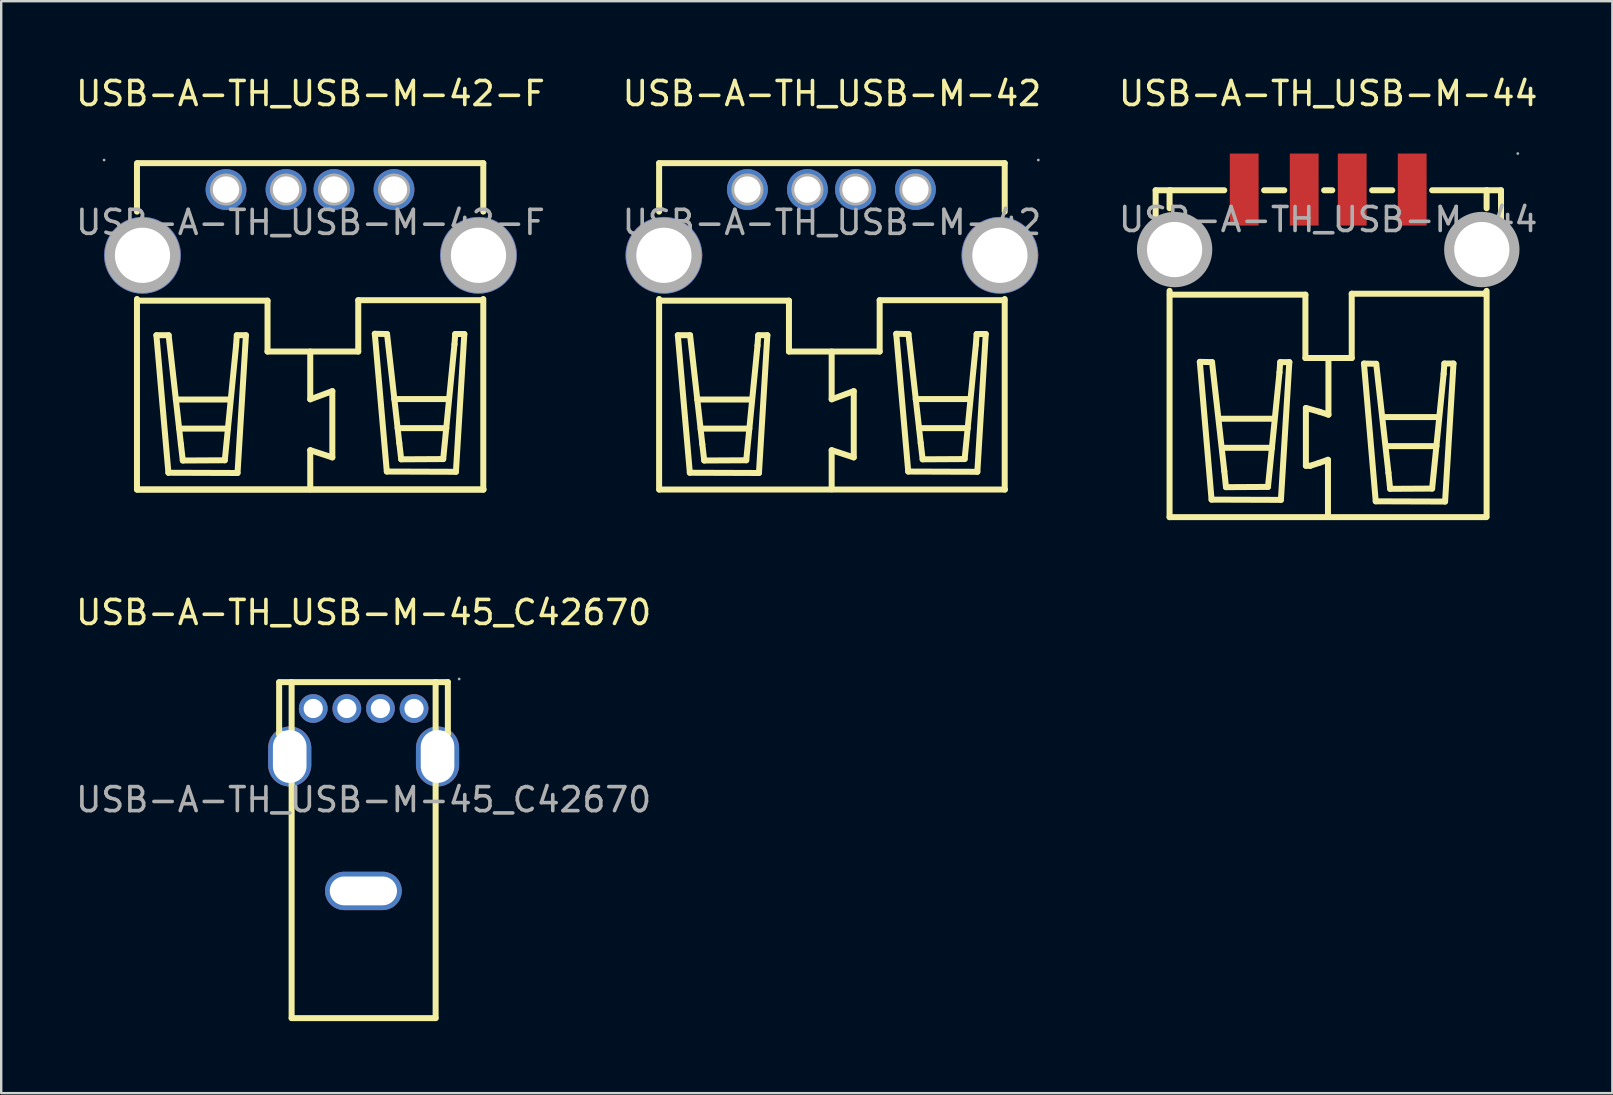
<source format=kicad_pcb>
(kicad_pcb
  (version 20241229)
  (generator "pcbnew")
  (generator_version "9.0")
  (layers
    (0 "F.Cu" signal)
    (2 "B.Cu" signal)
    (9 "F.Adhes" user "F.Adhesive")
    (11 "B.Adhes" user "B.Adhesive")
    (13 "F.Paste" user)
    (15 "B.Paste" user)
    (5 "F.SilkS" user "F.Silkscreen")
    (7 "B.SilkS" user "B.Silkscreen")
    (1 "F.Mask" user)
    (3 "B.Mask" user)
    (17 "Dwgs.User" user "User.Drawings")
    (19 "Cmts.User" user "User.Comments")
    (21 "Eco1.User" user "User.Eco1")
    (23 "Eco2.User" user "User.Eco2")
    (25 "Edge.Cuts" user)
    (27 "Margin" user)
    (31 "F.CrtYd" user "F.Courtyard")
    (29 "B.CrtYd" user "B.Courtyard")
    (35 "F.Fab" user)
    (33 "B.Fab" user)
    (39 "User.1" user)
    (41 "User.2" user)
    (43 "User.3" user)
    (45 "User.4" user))
  (footprint "USB-A-TH_USB-M-45_C42670"
    (layer "F.Cu")
    (at 12.101 30.271)
    (property "Reference" "USB-A-TH_USB-M-45_C42670" (at 0 -7.8 0) (layer "F.SilkS") (effects (font (size 1 1) (thickness 0.15))))
    (attr through_hole)
    (fp_line (start -3.52 -2.74) (end -3.52 -4.89) (stroke (width 0.25) (type solid)) (layer "F.SilkS"))
    (fp_line (start -3.02 -4.9) (end -3.52 -4.9) (stroke (width 0.25) (type solid)) (layer "F.SilkS"))
    (fp_line (start -3.02 -2.74) (end -3.52 -2.74) (stroke (width 0.25) (type solid)) (layer "F.SilkS"))
    (fp_line (start -3 -4.9) (end -3 9.1) (stroke (width 0.25) (type solid)) (layer "F.SilkS"))
    (fp_line (start -3 -4.9) (end 3 -4.9) (stroke (width 0.25) (type solid)) (layer "F.SilkS"))
    (fp_line (start -3 9.1) (end 3 9.1) (stroke (width 0.25) (type solid)) (layer "F.SilkS"))
    (fp_line (start 3 -4.9) (end 3 9.1) (stroke (width 0.25) (type solid)) (layer "F.SilkS"))
    (fp_line (start 3.01 -4.9) (end 3.51 -4.9) (stroke (width 0.25) (type solid)) (layer "F.SilkS"))
    (fp_line (start 3.01 -2.74) (end 3.51 -2.74) (stroke (width 0.25) (type solid)) (layer "F.SilkS"))
    (fp_line (start 3.51 -4.9) (end 3.51 -2.75) (stroke (width 0.25) (type solid)) (layer "F.SilkS"))
    (fp_circle (center -2.1 -3.8) (end -1.95 -3.8) (stroke (width 0.3) (type solid)) (fill no) (layer "F.Fab"))
    (fp_circle (center -0.7 -3.8) (end -0.55 -3.8) (stroke (width 0.3) (type solid)) (fill no) (layer "F.Fab"))
    (fp_circle (center 0.7 -3.8) (end 0.85 -3.8) (stroke (width 0.3) (type solid)) (fill no) (layer "F.Fab"))
    (fp_circle (center 2.1 -3.8) (end 2.25 -3.8) (stroke (width 0.3) (type solid)) (fill no) (layer "F.Fab"))
    (fp_circle (center 3.98 -5.03) (end 4.01 -5.03) (stroke (width 0.06) (type solid)) (fill no) (layer "F.Fab"))
    (fp_text user "${REFERENCE}" (at 0 0 0) (layer "F.Fab") (effects (font (size 1 1) (thickness 0.15))))
    (pad "0" thru_hole oval (at -3.08 -1.8 90) (size 2.5 1.8) (drill oval 2.2 1.4) (layers "*.Cu" "*.Paste" "*.Mask"))
    (pad "0" thru_hole oval (at -0.01 3.8 180) (size 3.2 1.6) (drill oval 2.8 1.2) (layers "*.Cu" "*.Paste" "*.Mask"))
    (pad "0" thru_hole oval (at 3.08 -1.8 90) (size 2.5 1.8) (drill oval 2.2 1.4) (layers "*.Cu" "*.Paste" "*.Mask"))
    (pad "1" thru_hole circle (at 2.1 -3.8) (size 1.2 1.2) (drill 0.8) (layers "*.Cu" "*.Paste" "*.Mask"))
    (pad "2" thru_hole circle (at 0.7 -3.8) (size 1.2 1.2) (drill 0.8) (layers "*.Cu" "*.Paste" "*.Mask"))
    (pad "3" thru_hole circle (at -0.7 -3.8) (size 1.2 1.2) (drill 0.8) (layers "*.Cu" "*.Paste" "*.Mask"))
    (pad "4" thru_hole circle (at -2.1 -3.8) (size 1.2 1.2) (drill 0.8) (layers "*.Cu" "*.Paste" "*.Mask")))
  (footprint "USB-A-TH_USB-M-44"
    (layer "F.Cu")
    (at 52.292 6.098)
    (property "Reference" "USB-A-TH_USB-M-44" (at 0 -5.25 0) (layer "F.SilkS") (effects (font (size 1 1) (thickness 0.15))))
    (attr through_hole)
    (fp_line (start -7.19 2.28) (end -7.19 -1.22) (stroke (width 0.25) (type solid)) (layer "F.SilkS"))
    (fp_line (start -6.61 -0.47) (end -6.61 -1.22) (stroke (width 0.25) (type solid)) (layer "F.SilkS"))
    (fp_line (start -6.61 12.4) (end -6.61 2.97) (stroke (width 0.25) (type solid)) (layer "F.SilkS"))
    (fp_line (start -6.61 12.4) (end 6.59 12.4) (stroke (width 0.25) (type solid)) (layer "F.SilkS"))
    (fp_line (start -6.6 3.13) (end -0.95 3.13) (stroke (width 0.25) (type solid)) (layer "F.SilkS"))
    (fp_line (start -6.59 -1.22) (end -7.19 -1.22) (stroke (width 0.25) (type solid)) (layer "F.SilkS"))
    (fp_line (start -6.59 -1.22) (end -4.33 -1.22) (stroke (width 0.25) (type solid)) (layer "F.SilkS"))
    (fp_line (start -6.59 2.28) (end -7.19 2.28) (stroke (width 0.25) (type solid)) (layer "F.SilkS"))
    (fp_line (start -5.35 5.93) (end -4.84 5.94) (stroke (width 0.25) (type solid)) (layer "F.SilkS"))
    (fp_line (start -4.86 11.67) (end -5.35 5.93) (stroke (width 0.25) (type solid)) (layer "F.SilkS"))
    (fp_line (start -4.84 5.94) (end -4.33 10.48) (stroke (width 0.25) (type solid)) (layer "F.SilkS"))
    (fp_line (start -4.51 8.3) (end -2.25 8.3) (stroke (width 0.25) (type solid)) (layer "F.SilkS"))
    (fp_line (start -4.37 9.51) (end -2.34 9.51) (stroke (width 0.25) (type solid)) (layer "F.SilkS"))
    (fp_line (start -4.33 10.48) (end -4.26 11.15) (stroke (width 0.25) (type solid)) (layer "F.SilkS"))
    (fp_line (start -4.26 11.15) (end -2.51 11.14) (stroke (width 0.25) (type solid)) (layer "F.SilkS"))
    (fp_line (start -2.67 -1.22) (end -1.83 -1.22) (stroke (width 0.25) (type solid)) (layer "F.SilkS"))
    (fp_line (start -2.51 11.14) (end -2.03 6.37) (stroke (width 0.25) (type solid)) (layer "F.SilkS"))
    (fp_line (start -2.03 6.37) (end -2 5.94) (stroke (width 0.25) (type solid)) (layer "F.SilkS"))
    (fp_line (start -2 5.94) (end -1.62 5.94) (stroke (width 0.25) (type solid)) (layer "F.SilkS"))
    (fp_line (start -1.97 11.68) (end -4.86 11.67) (stroke (width 0.25) (type solid)) (layer "F.SilkS"))
    (fp_line (start -1.62 5.94) (end -1.97 11.68) (stroke (width 0.25) (type solid)) (layer "F.SilkS"))
    (fp_line (start -0.95 3.13) (end -0.95 5.77) (stroke (width 0.25) (type solid)) (layer "F.SilkS"))
    (fp_line (start -0.95 5.77) (end 0.98 5.77) (stroke (width 0.25) (type solid)) (layer "F.SilkS"))
    (fp_line (start -0.93 7.85) (end -0.93 10.26) (stroke (width 0.25) (type solid)) (layer "F.SilkS"))
    (fp_line (start -0.93 10.26) (end -0.75 10.26) (stroke (width 0.25) (type solid)) (layer "F.SilkS"))
    (fp_line (start -0.75 10.26) (end -0.38 10.14) (stroke (width 0.25) (type solid)) (layer "F.SilkS"))
    (fp_line (start -0.38 10.14) (end -0.01 10.01) (stroke (width 0.25) (type solid)) (layer "F.SilkS"))
    (fp_line (start -0.36 8.01) (end -0.93 7.85) (stroke (width 0.25) (type solid)) (layer "F.SilkS"))
    (fp_line (start -0.17 -1.22) (end 0.17 -1.22) (stroke (width 0.25) (type solid)) (layer "F.SilkS"))
    (fp_line (start -0.01 10.01) (end -0.01 12.35) (stroke (width 0.25) (type solid)) (layer "F.SilkS"))
    (fp_line (start 0.01 5.82) (end 0.01 8.13) (stroke (width 0.25) (type solid)) (layer "F.SilkS"))
    (fp_line (start 0.01 8.13) (end -0.36 8.01) (stroke (width 0.25) (type solid)) (layer "F.SilkS"))
    (fp_line (start 0.98 3.09) (end 6.51 3.09) (stroke (width 0.25) (type solid)) (layer "F.SilkS"))
    (fp_line (start 0.98 5.77) (end 0.98 3.09) (stroke (width 0.25) (type solid)) (layer "F.SilkS"))
    (fp_line (start 1.49 6) (end 2 6.01) (stroke (width 0.25) (type solid)) (layer "F.SilkS"))
    (fp_line (start 1.83 -1.22) (end 2.67 -1.22) (stroke (width 0.25) (type solid)) (layer "F.SilkS"))
    (fp_line (start 1.98 11.74) (end 1.49 6) (stroke (width 0.25) (type solid)) (layer "F.SilkS"))
    (fp_line (start 2 6.01) (end 2.51 10.55) (stroke (width 0.25) (type solid)) (layer "F.SilkS"))
    (fp_line (start 2.34 8.23) (end 4.6 8.23) (stroke (width 0.25) (type solid)) (layer "F.SilkS"))
    (fp_line (start 2.48 9.44) (end 4.51 9.44) (stroke (width 0.25) (type solid)) (layer "F.SilkS"))
    (fp_line (start 2.51 10.55) (end 2.58 11.22) (stroke (width 0.25) (type solid)) (layer "F.SilkS"))
    (fp_line (start 2.58 11.22) (end 4.33 11.21) (stroke (width 0.25) (type solid)) (layer "F.SilkS"))
    (fp_line (start 4.33 -1.22) (end 6.6 -1.22) (stroke (width 0.25) (type solid)) (layer "F.SilkS"))
    (fp_line (start 4.33 11.21) (end 4.81 6.43) (stroke (width 0.25) (type solid)) (layer "F.SilkS"))
    (fp_line (start 4.81 6.43) (end 4.84 6) (stroke (width 0.25) (type solid)) (layer "F.SilkS"))
    (fp_line (start 4.84 6) (end 5.22 6) (stroke (width 0.25) (type solid)) (layer "F.SilkS"))
    (fp_line (start 4.87 11.75) (end 1.98 11.74) (stroke (width 0.25) (type solid)) (layer "F.SilkS"))
    (fp_line (start 5.22 6) (end 4.87 11.75) (stroke (width 0.25) (type solid)) (layer "F.SilkS"))
    (fp_line (start 6.51 3.09) (end 6.57 3.03) (stroke (width 0.25) (type solid)) (layer "F.SilkS"))
    (fp_line (start 6.6 -1.22) (end 6.6 -0.47) (stroke (width 0.25) (type solid)) (layer "F.SilkS"))
    (fp_line (start 6.6 -1.22) (end 7.2 -1.22) (stroke (width 0.25) (type solid)) (layer "F.SilkS"))
    (fp_line (start 6.6 2.28) (end 7.2 2.28) (stroke (width 0.25) (type solid)) (layer "F.SilkS"))
    (fp_line (start 6.6 2.97) (end 6.6 12.38) (stroke (width 0.25) (type solid)) (layer "F.SilkS"))
    (fp_line (start 7.2 -1.22) (end 7.2 2.28) (stroke (width 0.25) (type solid)) (layer "F.SilkS"))
    (fp_circle (center -6.4 1.25) (end -5.88 1.25) (stroke (width 1.05) (type solid)) (fill no) (layer "F.Fab"))
    (fp_circle (center 6.4 1.25) (end 6.92 1.25) (stroke (width 1.05) (type solid)) (fill no) (layer "F.Fab"))
    (fp_circle (center 7.9 -2.75) (end 7.93 -2.75) (stroke (width 0.06) (type solid)) (fill no) (layer "F.Fab"))
    (fp_text user "${REFERENCE}" (at 0 0 0) (layer "F.Fab") (effects (font (size 1 1) (thickness 0.15))))
    (pad "0" thru_hole circle (at -6.4 1.25 270) (size 3 3) (drill 2.3) (layers "*.Cu" "*.Paste" "*.Mask"))
    (pad "0" thru_hole circle (at 6.4 1.25 90) (size 3 3) (drill 2.3) (layers "*.Cu" "*.Paste" "*.Mask"))
    (pad "1" smd rect (at 3.5 -1.25 180) (size 1.2 3) (layers "F.Cu" "F.Mask" "F.Paste"))
    (pad "2" smd rect (at 1 -1.25 180) (size 1.2 3) (layers "F.Cu" "F.Mask" "F.Paste"))
    (pad "3" smd rect (at -1 -1.25 180) (size 1.2 3) (layers "F.Cu" "F.Mask" "F.Paste"))
    (pad "4" smd rect (at -3.5 -1.25 180) (size 1.2 3) (layers "F.Cu" "F.Mask" "F.Paste")))
  (footprint "USB-A-TH_USB-M-42"
    (layer "F.Cu")
    (at 31.613 6.218)
    (property "Reference" "USB-A-TH_USB-M-42" (at 0 -5.37 0) (layer "F.SilkS") (effects (font (size 1 1) (thickness 0.15))))
    (attr through_hole)
    (fp_line (start -7.2 -2.47) (end -7.2 -0.45) (stroke (width 0.25) (type solid)) (layer "F.SilkS"))
    (fp_line (start -7.2 -2.47) (end 7.2 -2.47) (stroke (width 0.25) (type solid)) (layer "F.SilkS"))
    (fp_line (start -7.2 3.19) (end -7.2 11.13) (stroke (width 0.25) (type solid)) (layer "F.SilkS"))
    (fp_line (start -7.19 11.13) (end 7.21 11.13) (stroke (width 0.25) (type solid)) (layer "F.SilkS"))
    (fp_line (start -6.42 4.7) (end -5.91 4.7) (stroke (width 0.25) (type solid)) (layer "F.SilkS"))
    (fp_line (start -5.92 10.43) (end -6.42 4.7) (stroke (width 0.25) (type solid)) (layer "F.SilkS"))
    (fp_line (start -5.91 4.7) (end -5.4 9.24) (stroke (width 0.25) (type solid)) (layer "F.SilkS"))
    (fp_line (start -5.61 7.38) (end -3.35 7.38) (stroke (width 0.25) (type solid)) (layer "F.SilkS"))
    (fp_line (start -5.47 8.59) (end -3.44 8.59) (stroke (width 0.25) (type solid)) (layer "F.SilkS"))
    (fp_line (start -5.4 9.24) (end -5.32 9.92) (stroke (width 0.25) (type solid)) (layer "F.SilkS"))
    (fp_line (start -5.32 9.92) (end -3.57 9.91) (stroke (width 0.25) (type solid)) (layer "F.SilkS"))
    (fp_line (start -3.57 9.91) (end -3.1 5.13) (stroke (width 0.25) (type solid)) (layer "F.SilkS"))
    (fp_line (start -3.1 5.13) (end -3.07 4.7) (stroke (width 0.25) (type solid)) (layer "F.SilkS"))
    (fp_line (start -3.07 4.7) (end -2.69 4.7) (stroke (width 0.25) (type solid)) (layer "F.SilkS"))
    (fp_line (start -3.04 10.44) (end -5.92 10.43) (stroke (width 0.25) (type solid)) (layer "F.SilkS"))
    (fp_line (start -2.69 4.7) (end -3.04 10.44) (stroke (width 0.25) (type solid)) (layer "F.SilkS"))
    (fp_line (start -1.79 3.26) (end -7.19 3.26) (stroke (width 0.25) (type solid)) (layer "F.SilkS"))
    (fp_line (start -1.79 5.38) (end -1.79 3.26) (stroke (width 0.25) (type solid)) (layer "F.SilkS"))
    (fp_line (start -0.01 5.38) (end -0.01 7.37) (stroke (width 0.25) (type solid)) (layer "F.SilkS"))
    (fp_line (start -0.01 7.37) (end 0.91 7.03) (stroke (width 0.25) (type solid)) (layer "F.SilkS"))
    (fp_line (start -0.01 9.49) (end -0.01 11.12) (stroke (width 0.25) (type solid)) (layer "F.SilkS"))
    (fp_line (start 0.91 7.03) (end 0.91 9.79) (stroke (width 0.25) (type solid)) (layer "F.SilkS"))
    (fp_line (start 0.91 9.79) (end -0.01 9.49) (stroke (width 0.25) (type solid)) (layer "F.SilkS"))
    (fp_line (start 1.99 3.24) (end 1.99 5.38) (stroke (width 0.25) (type solid)) (layer "F.SilkS"))
    (fp_line (start 1.99 5.38) (end -1.79 5.38) (stroke (width 0.25) (type solid)) (layer "F.SilkS"))
    (fp_line (start 2.68 4.64) (end 3.19 4.65) (stroke (width 0.25) (type solid)) (layer "F.SilkS"))
    (fp_line (start 3.18 10.38) (end 2.68 4.64) (stroke (width 0.25) (type solid)) (layer "F.SilkS"))
    (fp_line (start 3.19 4.65) (end 3.7 9.19) (stroke (width 0.25) (type solid)) (layer "F.SilkS"))
    (fp_line (start 3.49 7.36) (end 5.75 7.36) (stroke (width 0.25) (type solid)) (layer "F.SilkS"))
    (fp_line (start 3.63 8.57) (end 5.66 8.57) (stroke (width 0.25) (type solid)) (layer "F.SilkS"))
    (fp_line (start 3.7 9.19) (end 3.78 9.87) (stroke (width 0.25) (type solid)) (layer "F.SilkS"))
    (fp_line (start 3.78 9.87) (end 5.53 9.86) (stroke (width 0.25) (type solid)) (layer "F.SilkS"))
    (fp_line (start 5.53 9.86) (end 6 5.08) (stroke (width 0.25) (type solid)) (layer "F.SilkS"))
    (fp_line (start 6 5.08) (end 6.03 4.65) (stroke (width 0.25) (type solid)) (layer "F.SilkS"))
    (fp_line (start 6.03 4.65) (end 6.41 4.65) (stroke (width 0.25) (type solid)) (layer "F.SilkS"))
    (fp_line (start 6.06 10.39) (end 3.18 10.38) (stroke (width 0.25) (type solid)) (layer "F.SilkS"))
    (fp_line (start 6.41 4.65) (end 6.06 10.39) (stroke (width 0.25) (type solid)) (layer "F.SilkS"))
    (fp_line (start 7.19 3.24) (end 1.99 3.24) (stroke (width 0.25) (type solid)) (layer "F.SilkS"))
    (fp_line (start 7.2 -2.47) (end 7.2 -0.45) (stroke (width 0.25) (type solid)) (layer "F.SilkS"))
    (fp_line (start 7.2 3.19) (end 7.2 11.13) (stroke (width 0.25) (type solid)) (layer "F.SilkS"))
    (fp_circle (center -7 1.37) (end -6.48 1.37) (stroke (width 1.05) (type solid)) (fill no) (layer "F.Fab"))
    (fp_circle (center -3.52 -1.37) (end -3.3 -1.37) (stroke (width 0.45) (type solid)) (fill no) (layer "F.Fab"))
    (fp_circle (center -1.02 -1.37) (end -0.8 -1.37) (stroke (width 0.45) (type solid)) (fill no) (layer "F.Fab"))
    (fp_circle (center 0.98 -1.37) (end 1.2 -1.37) (stroke (width 0.45) (type solid)) (fill no) (layer "F.Fab"))
    (fp_circle (center 3.48 -1.37) (end 3.7 -1.37) (stroke (width 0.45) (type solid)) (fill no) (layer "F.Fab"))
    (fp_circle (center 7 1.37) (end 7.52 1.37) (stroke (width 1.05) (type solid)) (fill no) (layer "F.Fab"))
    (fp_circle (center 8.6 -2.6) (end 8.63 -2.6) (stroke (width 0.06) (type solid)) (fill no) (layer "F.Fab"))
    (fp_text user "${REFERENCE}" (at 0 0 0) (layer "F.Fab") (effects (font (size 1 1) (thickness 0.15))))
    (pad "0" thru_hole circle (at -7 1.37 90) (size 3.2 3.2) (drill 2.3) (layers "*.Cu" "*.Paste" "*.Mask"))
    (pad "0" thru_hole circle (at 7 1.37 90) (size 3.2 3.2) (drill 2.3) (layers "*.Cu" "*.Paste" "*.Mask"))
    (pad "1" thru_hole circle (at 3.48 -1.37 270) (size 1.7 1.7) (drill 1.1) (layers "*.Cu" "*.Paste" "*.Mask"))
    (pad "2" thru_hole circle (at 0.98 -1.37 270) (size 1.7 1.7) (drill 1.1) (layers "*.Cu" "*.Paste" "*.Mask"))
    (pad "3" thru_hole circle (at -1.02 -1.37 270) (size 1.7 1.7) (drill 1.1) (layers "*.Cu" "*.Paste" "*.Mask"))
    (pad "4" thru_hole circle (at -3.52 -1.37 270) (size 1.7 1.7) (drill 1.1) (layers "*.Cu" "*.Paste" "*.Mask")))
  (footprint "USB-A-TH_USB-M-42-F"
    (layer "F.Cu")
    (at 9.887 6.218)
    (property "Reference" "USB-A-TH_USB-M-42-F" (at 0 -5.37 0) (layer "F.SilkS") (effects (font (size 1 1) (thickness 0.15))))
    (attr through_hole)
    (fp_line (start -7.23 -0.45) (end -7.23 -2.47) (stroke (width 0.25) (type solid)) (layer "F.SilkS"))
    (fp_line (start -7.23 11.13) (end -7.23 3.19) (stroke (width 0.25) (type solid)) (layer "F.SilkS"))
    (fp_line (start -7.2 -2.47) (end 7.2 -2.47) (stroke (width 0.25) (type solid)) (layer "F.SilkS"))
    (fp_line (start -7.19 11.13) (end 7.21 11.13) (stroke (width 0.25) (type solid)) (layer "F.SilkS"))
    (fp_line (start -6.42 4.7) (end -5.91 4.7) (stroke (width 0.25) (type solid)) (layer "F.SilkS"))
    (fp_line (start -5.92 10.43) (end -6.42 4.7) (stroke (width 0.25) (type solid)) (layer "F.SilkS"))
    (fp_line (start -5.91 4.7) (end -5.4 9.24) (stroke (width 0.25) (type solid)) (layer "F.SilkS"))
    (fp_line (start -5.61 7.38) (end -3.35 7.38) (stroke (width 0.25) (type solid)) (layer "F.SilkS"))
    (fp_line (start -5.47 8.59) (end -3.44 8.59) (stroke (width 0.25) (type solid)) (layer "F.SilkS"))
    (fp_line (start -5.4 9.24) (end -5.32 9.92) (stroke (width 0.25) (type solid)) (layer "F.SilkS"))
    (fp_line (start -5.32 9.92) (end -3.57 9.91) (stroke (width 0.25) (type solid)) (layer "F.SilkS"))
    (fp_line (start -3.57 9.91) (end -3.1 5.13) (stroke (width 0.25) (type solid)) (layer "F.SilkS"))
    (fp_line (start -3.1 5.13) (end -3.07 4.7) (stroke (width 0.25) (type solid)) (layer "F.SilkS"))
    (fp_line (start -3.07 4.7) (end -2.69 4.7) (stroke (width 0.25) (type solid)) (layer "F.SilkS"))
    (fp_line (start -3.04 10.44) (end -5.92 10.43) (stroke (width 0.25) (type solid)) (layer "F.SilkS"))
    (fp_line (start -2.69 4.7) (end -3.04 10.44) (stroke (width 0.25) (type solid)) (layer "F.SilkS"))
    (fp_line (start -1.79 3.26) (end -7.19 3.26) (stroke (width 0.25) (type solid)) (layer "F.SilkS"))
    (fp_line (start -1.79 5.38) (end -1.79 3.26) (stroke (width 0.25) (type solid)) (layer "F.SilkS"))
    (fp_line (start -0.01 5.38) (end -0.01 7.37) (stroke (width 0.25) (type solid)) (layer "F.SilkS"))
    (fp_line (start -0.01 7.37) (end 0.91 7.03) (stroke (width 0.25) (type solid)) (layer "F.SilkS"))
    (fp_line (start -0.01 9.49) (end -0.01 11.12) (stroke (width 0.25) (type solid)) (layer "F.SilkS"))
    (fp_line (start 0.91 7.03) (end 0.91 9.79) (stroke (width 0.25) (type solid)) (layer "F.SilkS"))
    (fp_line (start 0.91 9.79) (end -0.01 9.49) (stroke (width 0.25) (type solid)) (layer "F.SilkS"))
    (fp_line (start 1.99 3.24) (end 1.99 5.38) (stroke (width 0.25) (type solid)) (layer "F.SilkS"))
    (fp_line (start 1.99 5.38) (end -1.79 5.38) (stroke (width 0.25) (type solid)) (layer "F.SilkS"))
    (fp_line (start 2.68 4.64) (end 3.19 4.65) (stroke (width 0.25) (type solid)) (layer "F.SilkS"))
    (fp_line (start 3.18 10.38) (end 2.68 4.64) (stroke (width 0.25) (type solid)) (layer "F.SilkS"))
    (fp_line (start 3.19 4.65) (end 3.7 9.19) (stroke (width 0.25) (type solid)) (layer "F.SilkS"))
    (fp_line (start 3.49 7.36) (end 5.75 7.36) (stroke (width 0.25) (type solid)) (layer "F.SilkS"))
    (fp_line (start 3.63 8.57) (end 5.66 8.57) (stroke (width 0.25) (type solid)) (layer "F.SilkS"))
    (fp_line (start 3.7 9.19) (end 3.78 9.87) (stroke (width 0.25) (type solid)) (layer "F.SilkS"))
    (fp_line (start 3.78 9.87) (end 5.53 9.86) (stroke (width 0.25) (type solid)) (layer "F.SilkS"))
    (fp_line (start 5.53 9.86) (end 6 5.08) (stroke (width 0.25) (type solid)) (layer "F.SilkS"))
    (fp_line (start 6 5.08) (end 6.03 4.65) (stroke (width 0.25) (type solid)) (layer "F.SilkS"))
    (fp_line (start 6.03 4.65) (end 6.41 4.65) (stroke (width 0.25) (type solid)) (layer "F.SilkS"))
    (fp_line (start 6.06 10.39) (end 3.18 10.38) (stroke (width 0.25) (type solid)) (layer "F.SilkS"))
    (fp_line (start 6.41 4.65) (end 6.06 10.39) (stroke (width 0.25) (type solid)) (layer "F.SilkS"))
    (fp_line (start 7.19 3.24) (end 1.99 3.24) (stroke (width 0.25) (type solid)) (layer "F.SilkS"))
    (fp_line (start 7.2 -2.47) (end 7.2 -0.45) (stroke (width 0.25) (type solid)) (layer "F.SilkS"))
    (fp_line (start 7.2 3.19) (end 7.2 11.13) (stroke (width 0.25) (type solid)) (layer "F.SilkS"))
    (fp_line (start 7.2 11.13) (end -7.23 11.13) (stroke (width 0.25) (type solid)) (layer "F.SilkS"))
    (fp_circle (center -8.6 -2.6) (end -8.57 -2.6) (stroke (width 0.06) (type solid)) (fill no) (layer "F.Fab"))
    (fp_circle (center -7 1.37) (end -6.48 1.37) (stroke (width 1.05) (type solid)) (fill no) (layer "F.Fab"))
    (fp_circle (center -3.52 -1.37) (end -3.3 -1.37) (stroke (width 0.45) (type solid)) (fill no) (layer "F.Fab"))
    (fp_circle (center -1.02 -1.37) (end -0.8 -1.37) (stroke (width 0.45) (type solid)) (fill no) (layer "F.Fab"))
    (fp_circle (center 0.98 -1.37) (end 1.2 -1.37) (stroke (width 0.45) (type solid)) (fill no) (layer "F.Fab"))
    (fp_circle (center 3.48 -1.37) (end 3.7 -1.37) (stroke (width 0.45) (type solid)) (fill no) (layer "F.Fab"))
    (fp_circle (center 7 1.37) (end 7.52 1.37) (stroke (width 1.05) (type solid)) (fill no) (layer "F.Fab"))
    (fp_text user "${REFERENCE}" (at 0 0 0) (layer "F.Fab") (effects (font (size 1 1) (thickness 0.15))))
    (pad "1" thru_hole circle (at -3.52 -1.37 270) (size 1.7 1.7) (drill 1.1) (layers "*.Cu" "*.Paste" "*.Mask"))
    (pad "2" thru_hole circle (at -1.02 -1.37 270) (size 1.7 1.7) (drill 1.1) (layers "*.Cu" "*.Paste" "*.Mask"))
    (pad "3" thru_hole circle (at 0.98 -1.37 270) (size 1.7 1.7) (drill 1.1) (layers "*.Cu" "*.Paste" "*.Mask"))
    (pad "4" thru_hole circle (at 3.48 -1.37 270) (size 1.7 1.7) (drill 1.1) (layers "*.Cu" "*.Paste" "*.Mask"))
    (pad "5" thru_hole circle (at 7 1.37 90) (size 3.2 3.2) (drill 2.3) (layers "*.Cu" "*.Paste" "*.Mask"))
    (pad "6" thru_hole circle (at -7 1.37 90) (size 3.2 3.2) (drill 2.3) (layers "*.Cu" "*.Paste" "*.Mask")))
  (gr_rect
    (start -3 -3)
    (end 64.131 42.496)
    (stroke (width 0.1) (type default))
    (fill no)
    (layer "Edge.Cuts")))
</source>
